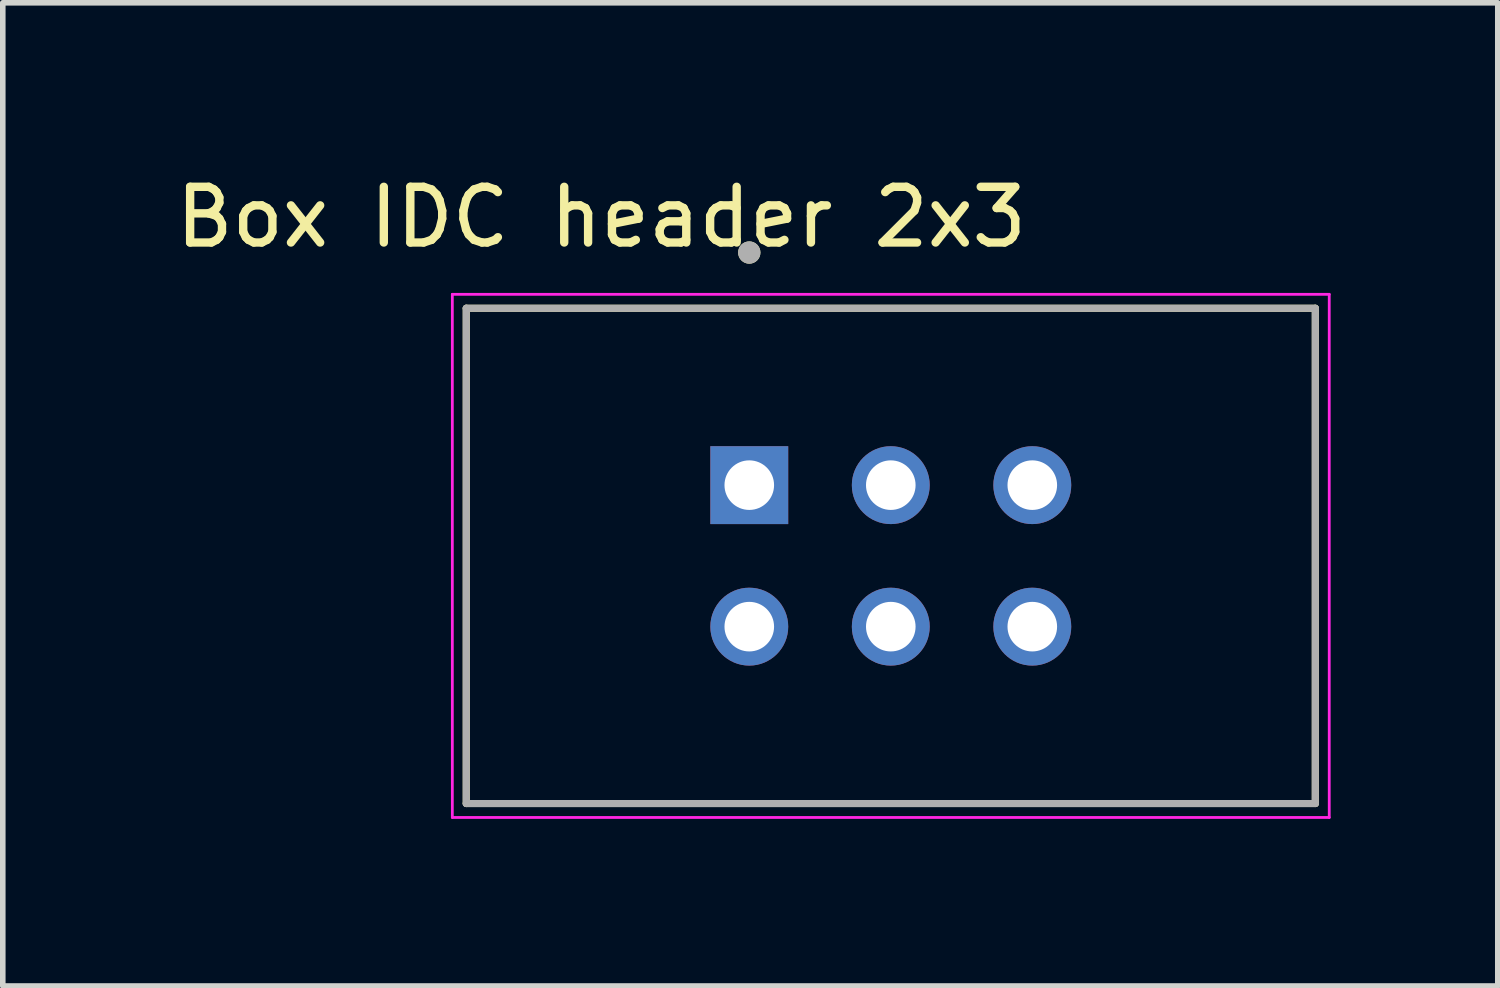
<source format=kicad_pcb>
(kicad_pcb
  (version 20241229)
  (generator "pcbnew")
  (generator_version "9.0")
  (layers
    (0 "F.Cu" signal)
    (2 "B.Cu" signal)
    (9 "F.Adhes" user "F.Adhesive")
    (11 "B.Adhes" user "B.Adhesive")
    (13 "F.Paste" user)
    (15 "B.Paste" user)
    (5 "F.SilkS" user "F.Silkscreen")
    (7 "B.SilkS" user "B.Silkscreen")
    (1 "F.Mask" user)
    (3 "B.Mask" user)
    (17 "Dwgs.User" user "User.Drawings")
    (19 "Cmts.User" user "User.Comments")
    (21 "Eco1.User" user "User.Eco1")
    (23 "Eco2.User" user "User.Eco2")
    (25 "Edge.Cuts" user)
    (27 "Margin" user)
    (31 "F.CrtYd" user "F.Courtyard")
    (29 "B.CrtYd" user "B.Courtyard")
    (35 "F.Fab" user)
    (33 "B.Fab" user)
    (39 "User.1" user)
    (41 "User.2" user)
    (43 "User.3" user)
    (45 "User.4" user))
  (footprint "Box IDC header 2x3"
    (layer "F.Cu")
    (at 12.939 6.928)
    (property "Reference" "Box IDC header 2x3" (at -5.195 -6.08 0) (layer "F.SilkS") (effects (font (size 1 1) (thickness 0.15))))
    (attr through_hole)
    (fp_line (start -7.62 -4.445) (end 7.62 -4.445) (stroke (width 0.127) (type solid)) (layer "F.SilkS"))
    (fp_line (start -7.62 4.445) (end -7.62 -4.445) (stroke (width 0.127) (type solid)) (layer "F.SilkS"))
    (fp_line (start 7.62 -4.445) (end 7.62 4.445) (stroke (width 0.127) (type solid)) (layer "F.SilkS"))
    (fp_line (start 7.62 4.445) (end -7.62 4.445) (stroke (width 0.127) (type solid)) (layer "F.SilkS"))
    (fp_circle (center -2.54 -5.445) (end -2.44 -5.445) (stroke (width 0.2) (type solid)) (fill no) (layer "F.SilkS"))
    (fp_line (start -7.87 -4.695) (end 7.87 -4.695) (stroke (width 0.05) (type solid)) (layer "F.CrtYd"))
    (fp_line (start -7.87 4.695) (end -7.87 -4.695) (stroke (width 0.05) (type solid)) (layer "F.CrtYd"))
    (fp_line (start 7.87 -4.695) (end 7.87 4.695) (stroke (width 0.05) (type solid)) (layer "F.CrtYd"))
    (fp_line (start 7.87 4.695) (end -7.87 4.695) (stroke (width 0.05) (type solid)) (layer "F.CrtYd"))
    (fp_line (start -7.62 -4.445) (end 7.62 -4.445) (stroke (width 0.127) (type solid)) (layer "F.Fab"))
    (fp_line (start -7.62 4.445) (end -7.62 -4.445) (stroke (width 0.127) (type solid)) (layer "F.Fab"))
    (fp_line (start 7.62 -4.445) (end 7.62 4.445) (stroke (width 0.127) (type solid)) (layer "F.Fab"))
    (fp_line (start 7.62 4.445) (end -7.62 4.445) (stroke (width 0.127) (type solid)) (layer "F.Fab"))
    (fp_circle (center -2.54 -5.445) (end -2.44 -5.445) (stroke (width 0.2) (type solid)) (fill no) (layer "F.Fab"))
    (pad "1" thru_hole rect (at -2.54 -1.27) (size 1.398 1.398) (drill 0.89) (layers "*.Cu" "*.Mask"))
    (pad "2" thru_hole circle (at 0 -1.27) (size 1.398 1.398) (drill 0.89) (layers "*.Cu" "*.Mask"))
    (pad "3" thru_hole circle (at 2.54 -1.27) (size 1.398 1.398) (drill 0.89) (layers "*.Cu" "*.Mask"))
    (pad "4" thru_hole circle (at -2.54 1.27) (size 1.398 1.398) (drill 0.89) (layers "*.Cu" "*.Mask"))
    (pad "5" thru_hole circle (at 0 1.27) (size 1.398 1.398) (drill 0.89) (layers "*.Cu" "*.Mask"))
    (pad "6" thru_hole circle (at 2.54 1.27) (size 1.398 1.398) (drill 0.89) (layers "*.Cu" "*.Mask")))
  (gr_rect
    (start -3 -3)
    (end 23.834 14.648)
    (stroke (width 0.1) (type default))
    (fill no)
    (layer "Edge.Cuts")))
</source>
